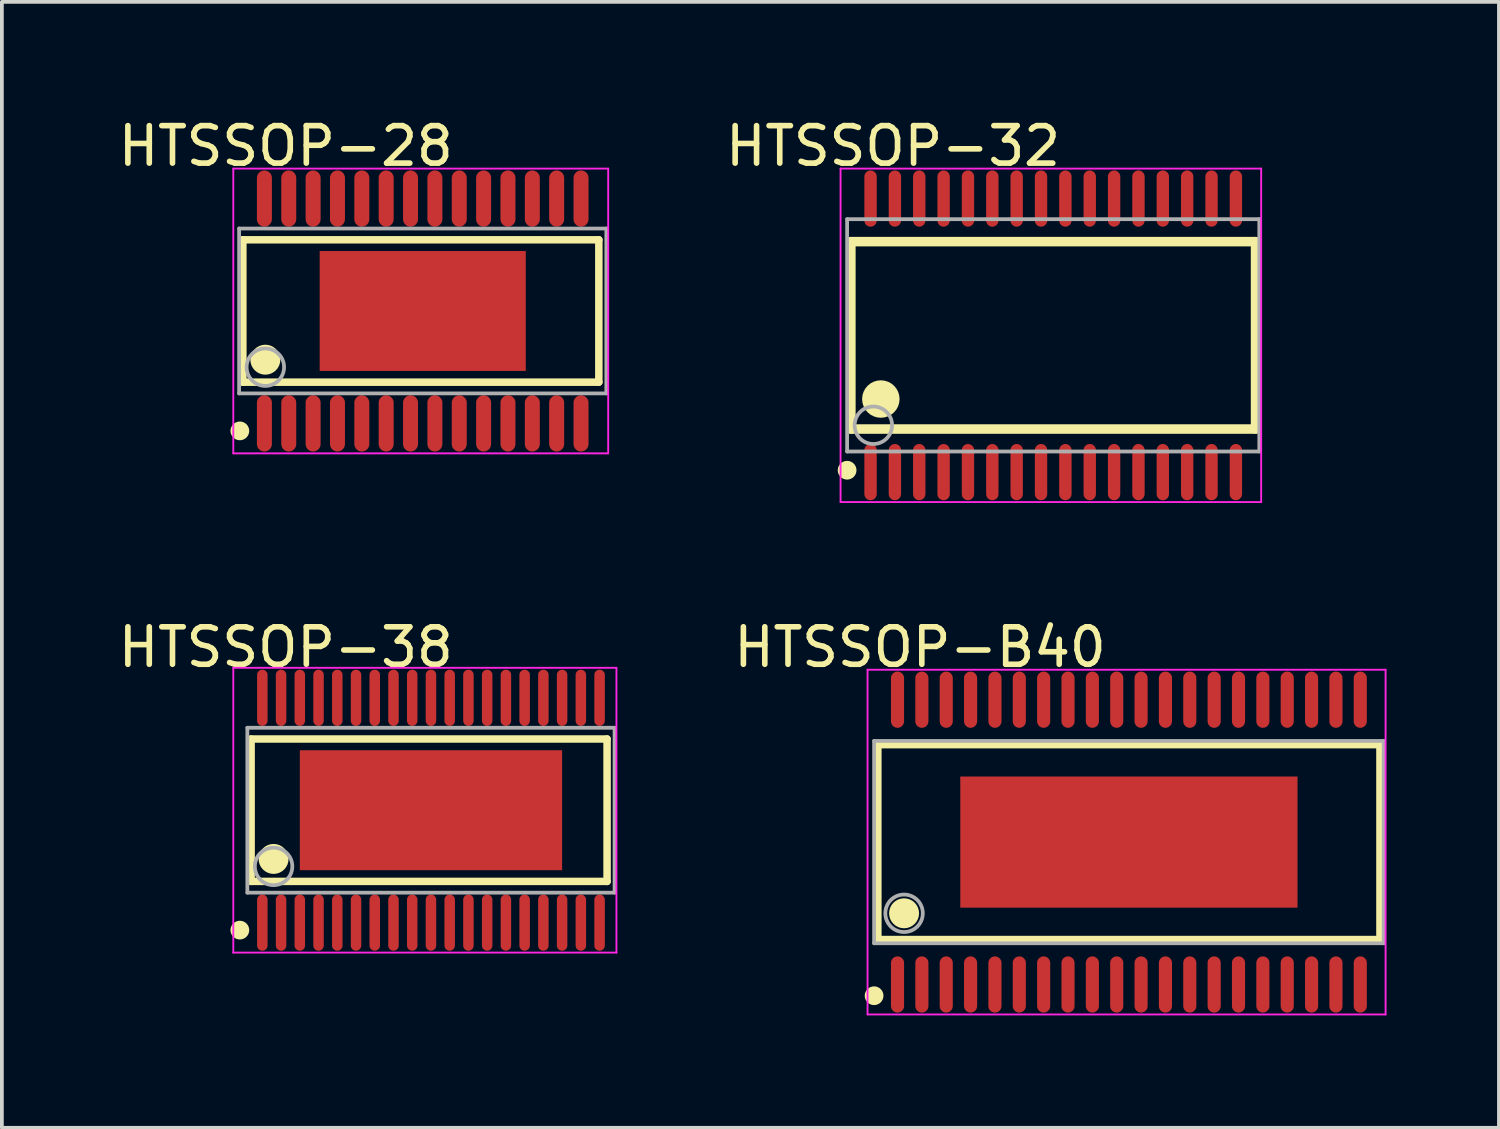
<source format=kicad_pcb>
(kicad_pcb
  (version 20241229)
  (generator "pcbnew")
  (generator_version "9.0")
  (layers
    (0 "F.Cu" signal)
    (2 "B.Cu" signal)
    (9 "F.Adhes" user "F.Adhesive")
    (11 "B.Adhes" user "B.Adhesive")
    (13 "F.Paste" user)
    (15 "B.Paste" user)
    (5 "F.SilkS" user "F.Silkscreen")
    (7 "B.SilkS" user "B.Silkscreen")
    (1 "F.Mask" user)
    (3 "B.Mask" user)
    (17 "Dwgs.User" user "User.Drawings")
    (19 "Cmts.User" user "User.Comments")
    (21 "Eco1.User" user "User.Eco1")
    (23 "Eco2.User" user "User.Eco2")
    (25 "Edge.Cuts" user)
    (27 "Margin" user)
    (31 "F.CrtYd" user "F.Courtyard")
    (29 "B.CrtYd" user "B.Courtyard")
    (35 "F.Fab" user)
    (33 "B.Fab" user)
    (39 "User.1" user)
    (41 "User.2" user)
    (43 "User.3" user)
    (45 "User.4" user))
  (footprint "HTSSOP-32"
    (layer "F.Cu")
    (at 25.057 5.899)
    (property "Reference" "HTSSOP-32" (at -4.274 -5.051 0) (layer "F.SilkS") (effects (font (size 1 1) (thickness 0.15))))
    (attr through_hole)
    (fp_line (start -5.4 -2.5) (end 5.4 -2.5) (stroke (width 0.254) (type solid)) (layer "F.SilkS"))
    (fp_line (start -5.4 2.5) (end -5.4 -2.5) (stroke (width 0.254) (type solid)) (layer "F.SilkS"))
    (fp_line (start -5.4 2.5) (end 5.4 2.5) (stroke (width 0.254) (type solid)) (layer "F.SilkS"))
    (fp_line (start 5.4 2.5) (end 5.4 -2.5) (stroke (width 0.254) (type solid)) (layer "F.SilkS"))
    (fp_circle (center -5.5 3.6) (end -5.375 3.6) (stroke (width 0.25) (type solid)) (fill no) (layer "F.SilkS"))
    (fp_circle (center -4.6 1.7) (end -4.35 1.7) (stroke (width 0.5) (type solid)) (fill no) (layer "F.SilkS"))
    (fp_line (start -5.675 -4.45) (end 5.55 -4.45) (stroke (width 0.05) (type solid)) (layer "F.CrtYd"))
    (fp_line (start -5.675 4.45) (end -5.675 -4.45) (stroke (width 0.05) (type solid)) (layer "F.CrtYd"))
    (fp_line (start 5.55 -4.45) (end 5.55 4.45) (stroke (width 0.05) (type solid)) (layer "F.CrtYd"))
    (fp_line (start 5.55 4.45) (end -5.675 4.45) (stroke (width 0.05) (type solid)) (layer "F.CrtYd"))
    (fp_line (start -5.5 -3.1) (end 5.5 -3.1) (stroke (width 0.1) (type solid)) (layer "F.Fab"))
    (fp_line (start -5.5 3.1) (end -5.5 -3.1) (stroke (width 0.1) (type solid)) (layer "F.Fab"))
    (fp_line (start -5.5 3.1) (end 5.5 3.1) (stroke (width 0.1) (type solid)) (layer "F.Fab"))
    (fp_line (start 5.5 3.1) (end 5.5 -3.1) (stroke (width 0.1) (type solid)) (layer "F.Fab"))
    (fp_circle (center -4.8 2.4) (end -4.3 2.4) (stroke (width 0.1) (type solid)) (fill no) (layer "F.Fab"))
    (pad "1" smd oval (at -4.875 3.65) (size 0.33 1.5) (layers "F.Cu" "F.Mask" "F.Paste"))
    (pad "2" smd oval (at -4.225 3.65) (size 0.33 1.5) (layers "F.Cu" "F.Mask" "F.Paste"))
    (pad "3" smd oval (at -3.575 3.65) (size 0.33 1.5) (layers "F.Cu" "F.Mask" "F.Paste"))
    (pad "4" smd oval (at -2.925 3.65) (size 0.33 1.5) (layers "F.Cu" "F.Mask" "F.Paste"))
    (pad "5" smd oval (at -2.275 3.65) (size 0.33 1.5) (layers "F.Cu" "F.Mask" "F.Paste"))
    (pad "6" smd oval (at -1.625 3.65) (size 0.33 1.5) (layers "F.Cu" "F.Mask" "F.Paste"))
    (pad "7" smd oval (at -0.975 3.65) (size 0.33 1.5) (layers "F.Cu" "F.Mask" "F.Paste"))
    (pad "8" smd oval (at -0.325 3.65) (size 0.33 1.5) (layers "F.Cu" "F.Mask" "F.Paste"))
    (pad "9" smd oval (at 0.325 3.65) (size 0.33 1.5) (layers "F.Cu" "F.Mask" "F.Paste"))
    (pad "10" smd oval (at 0.975 3.65) (size 0.33 1.5) (layers "F.Cu" "F.Mask" "F.Paste"))
    (pad "11" smd oval (at 1.625 3.65) (size 0.33 1.5) (layers "F.Cu" "F.Mask" "F.Paste"))
    (pad "12" smd oval (at 2.275 3.65) (size 0.33 1.5) (layers "F.Cu" "F.Mask" "F.Paste"))
    (pad "13" smd oval (at 2.925 3.65) (size 0.33 1.5) (layers "F.Cu" "F.Mask" "F.Paste"))
    (pad "14" smd oval (at 3.575 3.65) (size 0.33 1.5) (layers "F.Cu" "F.Mask" "F.Paste"))
    (pad "15" smd oval (at 4.225 3.65) (size 0.33 1.5) (layers "F.Cu" "F.Mask" "F.Paste"))
    (pad "16" smd oval (at 4.875 3.65) (size 0.33 1.5) (layers "F.Cu" "F.Mask" "F.Paste"))
    (pad "17" smd oval (at 4.875 -3.65 180) (size 0.33 1.5) (layers "F.Cu" "F.Mask" "F.Paste"))
    (pad "18" smd oval (at 4.225 -3.65 180) (size 0.33 1.5) (layers "F.Cu" "F.Mask" "F.Paste"))
    (pad "19" smd oval (at 3.575 -3.65 180) (size 0.33 1.5) (layers "F.Cu" "F.Mask" "F.Paste"))
    (pad "20" smd oval (at 2.925 -3.65 180) (size 0.33 1.5) (layers "F.Cu" "F.Mask" "F.Paste"))
    (pad "21" smd oval (at 2.275 -3.65 180) (size 0.33 1.5) (layers "F.Cu" "F.Mask" "F.Paste"))
    (pad "22" smd oval (at 1.625 -3.65 180) (size 0.33 1.5) (layers "F.Cu" "F.Mask" "F.Paste"))
    (pad "23" smd oval (at 0.975 -3.65 180) (size 0.33 1.5) (layers "F.Cu" "F.Mask" "F.Paste"))
    (pad "24" smd oval (at 0.325 -3.65 180) (size 0.33 1.5) (layers "F.Cu" "F.Mask" "F.Paste"))
    (pad "25" smd oval (at -0.325 -3.65 180) (size 0.33 1.5) (layers "F.Cu" "F.Mask" "F.Paste"))
    (pad "26" smd oval (at -0.975 -3.65 180) (size 0.33 1.5) (layers "F.Cu" "F.Mask" "F.Paste"))
    (pad "27" smd oval (at -1.625 -3.65 180) (size 0.33 1.5) (layers "F.Cu" "F.Mask" "F.Paste"))
    (pad "28" smd oval (at -2.275 -3.65 180) (size 0.33 1.5) (layers "F.Cu" "F.Mask" "F.Paste"))
    (pad "29" smd oval (at -2.925 -3.65 180) (size 0.33 1.5) (layers "F.Cu" "F.Mask" "F.Paste"))
    (pad "30" smd oval (at -3.575 -3.65 180) (size 0.33 1.5) (layers "F.Cu" "F.Mask" "F.Paste"))
    (pad "31" smd oval (at -4.225 -3.65 180) (size 0.33 1.5) (layers "F.Cu" "F.Mask" "F.Paste"))
    (pad "32" smd oval (at -4.875 -3.65 180) (size 0.33 1.5) (layers "F.Cu" "F.Mask" "F.Paste")))
  (footprint "HTSSOP-B40"
    (layer "F.Cu")
    (at 27.077 19.423)
    (property "Reference" "HTSSOP-B40" (at -5.574 -5.201 0) (layer "F.SilkS") (effects (font (size 1 1) (thickness 0.15))))
    (attr through_hole)
    (fp_line (start -6.7 -2.6) (end 6.7 -2.6) (stroke (width 0.2) (type solid)) (layer "F.SilkS"))
    (fp_line (start -6.7 2.6) (end -6.7 -2.6) (stroke (width 0.2) (type solid)) (layer "F.SilkS"))
    (fp_line (start -6.7 2.6) (end 6.7 2.6) (stroke (width 0.2) (type solid)) (layer "F.SilkS"))
    (fp_line (start 6.7 2.6) (end 6.7 -2.6) (stroke (width 0.2) (type solid)) (layer "F.SilkS"))
    (fp_circle (center -6.8 4.1) (end -6.675 4.1) (stroke (width 0.25) (type solid)) (fill no) (layer "F.SilkS"))
    (fp_circle (center -6 1.9) (end -5.8 1.9) (stroke (width 0.4) (type solid)) (fill no) (layer "F.SilkS"))
    (fp_line (start -6.975 -4.6) (end 6.85 -4.6) (stroke (width 0.05) (type solid)) (layer "F.CrtYd"))
    (fp_line (start -6.975 4.6) (end -6.975 -4.6) (stroke (width 0.05) (type solid)) (layer "F.CrtYd"))
    (fp_line (start 6.85 -4.6) (end 6.85 4.6) (stroke (width 0.05) (type solid)) (layer "F.CrtYd"))
    (fp_line (start 6.85 4.6) (end -6.975 4.6) (stroke (width 0.05) (type solid)) (layer "F.CrtYd"))
    (fp_line (start -6.8 -2.7) (end 6.8 -2.7) (stroke (width 0.1) (type solid)) (layer "F.Fab"))
    (fp_line (start -6.8 2.7) (end -6.8 -2.7) (stroke (width 0.1) (type solid)) (layer "F.Fab"))
    (fp_line (start -6.8 2.7) (end 6.8 2.7) (stroke (width 0.1) (type solid)) (layer "F.Fab"))
    (fp_line (start 6.8 2.7) (end 6.8 -2.7) (stroke (width 0.1) (type solid)) (layer "F.Fab"))
    (fp_circle (center -6 1.9) (end -5.5 1.9) (stroke (width 0.1) (type solid)) (fill no) (layer "F.Fab"))
    (pad "0" smd rect (at 0 0 90) (size 3.5 9) (layers "F.Cu" "F.Mask" "F.Paste"))
    (pad "1" smd oval (at -6.175 3.8) (size 0.35 1.5) (layers "F.Cu" "F.Mask" "F.Paste"))
    (pad "2" smd oval (at -5.525 3.8) (size 0.35 1.5) (layers "F.Cu" "F.Mask" "F.Paste"))
    (pad "3" smd oval (at -4.875 3.8) (size 0.35 1.5) (layers "F.Cu" "F.Mask" "F.Paste"))
    (pad "4" smd oval (at -4.225 3.8) (size 0.35 1.5) (layers "F.Cu" "F.Mask" "F.Paste"))
    (pad "5" smd oval (at -3.575 3.8) (size 0.35 1.5) (layers "F.Cu" "F.Mask" "F.Paste"))
    (pad "6" smd oval (at -2.925 3.8) (size 0.35 1.5) (layers "F.Cu" "F.Mask" "F.Paste"))
    (pad "7" smd oval (at -2.275 3.8) (size 0.35 1.5) (layers "F.Cu" "F.Mask" "F.Paste"))
    (pad "8" smd oval (at -1.625 3.8) (size 0.35 1.5) (layers "F.Cu" "F.Mask" "F.Paste"))
    (pad "9" smd oval (at -0.975 3.8) (size 0.35 1.5) (layers "F.Cu" "F.Mask" "F.Paste"))
    (pad "10" smd oval (at -0.325 3.8) (size 0.35 1.5) (layers "F.Cu" "F.Mask" "F.Paste"))
    (pad "11" smd oval (at 0.325 3.8) (size 0.35 1.5) (layers "F.Cu" "F.Mask" "F.Paste"))
    (pad "12" smd oval (at 0.975 3.8) (size 0.35 1.5) (layers "F.Cu" "F.Mask" "F.Paste"))
    (pad "13" smd oval (at 1.625 3.8) (size 0.35 1.5) (layers "F.Cu" "F.Mask" "F.Paste"))
    (pad "14" smd oval (at 2.275 3.8) (size 0.35 1.5) (layers "F.Cu" "F.Mask" "F.Paste"))
    (pad "15" smd oval (at 2.925 3.8) (size 0.35 1.5) (layers "F.Cu" "F.Mask" "F.Paste"))
    (pad "16" smd oval (at 3.575 3.8) (size 0.35 1.5) (layers "F.Cu" "F.Mask" "F.Paste"))
    (pad "17" smd oval (at 4.225 3.8) (size 0.35 1.5) (layers "F.Cu" "F.Mask" "F.Paste"))
    (pad "18" smd oval (at 4.875 3.8) (size 0.35 1.5) (layers "F.Cu" "F.Mask" "F.Paste"))
    (pad "19" smd oval (at 5.525 3.8) (size 0.35 1.5) (layers "F.Cu" "F.Mask" "F.Paste"))
    (pad "20" smd oval (at 6.175 3.8) (size 0.35 1.5) (layers "F.Cu" "F.Mask" "F.Paste"))
    (pad "21" smd oval (at 6.175 -3.8 180) (size 0.35 1.5) (layers "F.Cu" "F.Mask" "F.Paste"))
    (pad "22" smd oval (at 5.525 -3.8 180) (size 0.35 1.5) (layers "F.Cu" "F.Mask" "F.Paste"))
    (pad "23" smd oval (at 4.875 -3.8 180) (size 0.35 1.5) (layers "F.Cu" "F.Mask" "F.Paste"))
    (pad "24" smd oval (at 4.225 -3.8 180) (size 0.35 1.5) (layers "F.Cu" "F.Mask" "F.Paste"))
    (pad "25" smd oval (at 3.575 -3.8 180) (size 0.35 1.5) (layers "F.Cu" "F.Mask" "F.Paste"))
    (pad "26" smd oval (at 2.925 -3.8 180) (size 0.35 1.5) (layers "F.Cu" "F.Mask" "F.Paste"))
    (pad "27" smd oval (at 2.275 -3.8 180) (size 0.35 1.5) (layers "F.Cu" "F.Mask" "F.Paste"))
    (pad "28" smd oval (at 1.625 -3.8 180) (size 0.35 1.5) (layers "F.Cu" "F.Mask" "F.Paste"))
    (pad "29" smd oval (at 0.975 -3.8 180) (size 0.35 1.5) (layers "F.Cu" "F.Mask" "F.Paste"))
    (pad "30" smd oval (at 0.325 -3.8 180) (size 0.35 1.5) (layers "F.Cu" "F.Mask" "F.Paste"))
    (pad "31" smd oval (at -0.325 -3.8 180) (size 0.35 1.5) (layers "F.Cu" "F.Mask" "F.Paste"))
    (pad "32" smd oval (at -0.975 -3.8 180) (size 0.35 1.5) (layers "F.Cu" "F.Mask" "F.Paste"))
    (pad "33" smd oval (at -1.625 -3.8 180) (size 0.35 1.5) (layers "F.Cu" "F.Mask" "F.Paste"))
    (pad "34" smd oval (at -2.275 -3.8 180) (size 0.35 1.5) (layers "F.Cu" "F.Mask" "F.Paste"))
    (pad "35" smd oval (at -2.925 -3.8 180) (size 0.35 1.5) (layers "F.Cu" "F.Mask" "F.Paste"))
    (pad "36" smd oval (at -3.575 -3.8 180) (size 0.35 1.5) (layers "F.Cu" "F.Mask" "F.Paste"))
    (pad "37" smd oval (at -4.225 -3.8 180) (size 0.35 1.5) (layers "F.Cu" "F.Mask" "F.Paste"))
    (pad "38" smd oval (at -4.875 -3.8 180) (size 0.35 1.5) (layers "F.Cu" "F.Mask" "F.Paste"))
    (pad "39" smd oval (at -5.525 -3.8 180) (size 0.35 1.5) (layers "F.Cu" "F.Mask" "F.Paste"))
    (pad "40" smd oval (at -6.175 -3.8 180) (size 0.35 1.5) (layers "F.Cu" "F.Mask" "F.Paste")))
  (footprint "HTSSOP-38"
    (layer "F.Cu")
    (at 8.451 18.572)
    (property "Reference" "HTSSOP-38" (at -3.874 -4.35 0) (layer "F.SilkS") (effects (font (size 1 1) (thickness 0.15))))
    (attr through_hole)
    (fp_line (start -4.8 -1.9) (end 4.7 -1.9) (stroke (width 0.2) (type solid)) (layer "F.SilkS"))
    (fp_line (start -4.8 1.9) (end -4.8 -1.9) (stroke (width 0.2) (type solid)) (layer "F.SilkS"))
    (fp_line (start -4.8 1.9) (end 4.7 1.9) (stroke (width 0.2) (type solid)) (layer "F.SilkS"))
    (fp_line (start 4.7 1.9) (end 4.7 -1.9) (stroke (width 0.2) (type solid)) (layer "F.SilkS"))
    (fp_circle (center -5.1 3.2) (end -4.975 3.2) (stroke (width 0.25) (type solid)) (fill no) (layer "F.SilkS"))
    (fp_circle (center -4.2 1.3) (end -4 1.3) (stroke (width 0.4) (type solid)) (fill no) (layer "F.SilkS"))
    (fp_line (start -5.275 -3.8) (end 4.95 -3.8) (stroke (width 0.05) (type solid)) (layer "F.CrtYd"))
    (fp_line (start -5.275 3.8) (end -5.275 -3.8) (stroke (width 0.05) (type solid)) (layer "F.CrtYd"))
    (fp_line (start 4.95 -3.8) (end 4.95 3.8) (stroke (width 0.05) (type solid)) (layer "F.CrtYd"))
    (fp_line (start 4.95 3.8) (end -5.275 3.8) (stroke (width 0.05) (type solid)) (layer "F.CrtYd"))
    (fp_line (start -4.9 -2.2) (end 4.9 -2.2) (stroke (width 0.1) (type solid)) (layer "F.Fab"))
    (fp_line (start -4.9 2.2) (end -4.9 -2.2) (stroke (width 0.1) (type solid)) (layer "F.Fab"))
    (fp_line (start -4.9 2.2) (end 4.9 2.2) (stroke (width 0.1) (type solid)) (layer "F.Fab"))
    (fp_line (start 4.9 2.2) (end 4.9 -2.2) (stroke (width 0.1) (type solid)) (layer "F.Fab"))
    (fp_circle (center -4.2 1.5) (end -3.7 1.5) (stroke (width 0.1) (type solid)) (fill no) (layer "F.Fab"))
    (pad "0" smd rect (at 0 0 90) (size 3.2 7) (layers "F.Cu" "F.Mask" "F.Paste"))
    (pad "1" smd oval (at -4.5 3) (size 0.28 1.5) (layers "F.Cu" "F.Mask" "F.Paste"))
    (pad "2" smd oval (at -4 3) (size 0.28 1.5) (layers "F.Cu" "F.Mask" "F.Paste"))
    (pad "3" smd oval (at -3.5 3) (size 0.28 1.5) (layers "F.Cu" "F.Mask" "F.Paste"))
    (pad "4" smd oval (at -3 3) (size 0.28 1.5) (layers "F.Cu" "F.Mask" "F.Paste"))
    (pad "5" smd oval (at -2.5 3) (size 0.28 1.5) (layers "F.Cu" "F.Mask" "F.Paste"))
    (pad "6" smd oval (at -2 3) (size 0.28 1.5) (layers "F.Cu" "F.Mask" "F.Paste"))
    (pad "7" smd oval (at -1.5 3) (size 0.28 1.5) (layers "F.Cu" "F.Mask" "F.Paste"))
    (pad "8" smd oval (at -1 3) (size 0.28 1.5) (layers "F.Cu" "F.Mask" "F.Paste"))
    (pad "9" smd oval (at -0.5 3) (size 0.28 1.5) (layers "F.Cu" "F.Mask" "F.Paste"))
    (pad "10" smd oval (at 0 3) (size 0.28 1.5) (layers "F.Cu" "F.Mask" "F.Paste"))
    (pad "11" smd oval (at 0.5 3) (size 0.28 1.5) (layers "F.Cu" "F.Mask" "F.Paste"))
    (pad "12" smd oval (at 1 3) (size 0.28 1.5) (layers "F.Cu" "F.Mask" "F.Paste"))
    (pad "13" smd oval (at 1.5 3) (size 0.28 1.5) (layers "F.Cu" "F.Mask" "F.Paste"))
    (pad "14" smd oval (at 2 3) (size 0.28 1.5) (layers "F.Cu" "F.Mask" "F.Paste"))
    (pad "15" smd oval (at 2.5 3) (size 0.28 1.5) (layers "F.Cu" "F.Mask" "F.Paste"))
    (pad "16" smd oval (at 3 3) (size 0.28 1.5) (layers "F.Cu" "F.Mask" "F.Paste"))
    (pad "17" smd oval (at 3.5 3) (size 0.28 1.5) (layers "F.Cu" "F.Mask" "F.Paste"))
    (pad "18" smd oval (at 4 3) (size 0.28 1.5) (layers "F.Cu" "F.Mask" "F.Paste"))
    (pad "19" smd oval (at 4.5 3) (size 0.28 1.5) (layers "F.Cu" "F.Mask" "F.Paste"))
    (pad "20" smd oval (at 4.5 -3 180) (size 0.28 1.5) (layers "F.Cu" "F.Mask" "F.Paste"))
    (pad "21" smd oval (at 4 -3 180) (size 0.28 1.5) (layers "F.Cu" "F.Mask" "F.Paste"))
    (pad "22" smd oval (at 3.5 -3 180) (size 0.28 1.5) (layers "F.Cu" "F.Mask" "F.Paste"))
    (pad "23" smd oval (at 3 -3 180) (size 0.28 1.5) (layers "F.Cu" "F.Mask" "F.Paste"))
    (pad "24" smd oval (at 2.5 -3 180) (size 0.28 1.5) (layers "F.Cu" "F.Mask" "F.Paste"))
    (pad "25" smd oval (at 2 -3 180) (size 0.28 1.5) (layers "F.Cu" "F.Mask" "F.Paste"))
    (pad "26" smd oval (at 1.5 -3 180) (size 0.28 1.5) (layers "F.Cu" "F.Mask" "F.Paste"))
    (pad "27" smd oval (at 1 -3 180) (size 0.28 1.5) (layers "F.Cu" "F.Mask" "F.Paste"))
    (pad "28" smd oval (at 0.5 -3 180) (size 0.28 1.5) (layers "F.Cu" "F.Mask" "F.Paste"))
    (pad "29" smd oval (at 0 -3 180) (size 0.28 1.5) (layers "F.Cu" "F.Mask" "F.Paste"))
    (pad "30" smd oval (at -0.5 -3 180) (size 0.28 1.5) (layers "F.Cu" "F.Mask" "F.Paste"))
    (pad "31" smd oval (at -1 -3 180) (size 0.28 1.5) (layers "F.Cu" "F.Mask" "F.Paste"))
    (pad "32" smd oval (at -1.5 -3 180) (size 0.28 1.5) (layers "F.Cu" "F.Mask" "F.Paste"))
    (pad "33" smd oval (at -2 -3 180) (size 0.28 1.5) (layers "F.Cu" "F.Mask" "F.Paste"))
    (pad "34" smd oval (at -2.5 -3 180) (size 0.28 1.5) (layers "F.Cu" "F.Mask" "F.Paste"))
    (pad "35" smd oval (at -3 -3 180) (size 0.28 1.5) (layers "F.Cu" "F.Mask" "F.Paste"))
    (pad "36" smd oval (at -3.5 -3 180) (size 0.28 1.5) (layers "F.Cu" "F.Mask" "F.Paste"))
    (pad "37" smd oval (at -4 -3 180) (size 0.28 1.5) (layers "F.Cu" "F.Mask" "F.Paste"))
    (pad "38" smd oval (at -4.5 -3 180) (size 0.28 1.5) (layers "F.Cu" "F.Mask" "F.Paste")))
  (footprint "HTSSOP-28"
    (layer "F.Cu")
    (at 8.231 5.249)
    (property "Reference" "HTSSOP-28" (at -3.654 -4.401 0) (layer "F.SilkS") (effects (font (size 1 1) (thickness 0.15))))
    (attr through_hole)
    (fp_line (start -4.8 -1.9) (end 4.7 -1.9) (stroke (width 0.2) (type solid)) (layer "F.SilkS"))
    (fp_line (start -4.8 1.9) (end -4.8 -1.9) (stroke (width 0.2) (type solid)) (layer "F.SilkS"))
    (fp_line (start -4.8 1.9) (end 4.7 1.9) (stroke (width 0.2) (type solid)) (layer "F.SilkS"))
    (fp_line (start 4.7 1.9) (end 4.7 -1.9) (stroke (width 0.2) (type solid)) (layer "F.SilkS"))
    (fp_circle (center -4.88 3.2) (end -4.755 3.2) (stroke (width 0.25) (type solid)) (fill no) (layer "F.SilkS"))
    (fp_circle (center -4.2 1.3) (end -4 1.3) (stroke (width 0.4) (type solid)) (fill no) (layer "F.SilkS"))
    (fp_line (start -5.055 -3.8) (end 4.95 -3.8) (stroke (width 0.05) (type solid)) (layer "F.CrtYd"))
    (fp_line (start -5.055 3.8) (end -5.055 -3.8) (stroke (width 0.05) (type solid)) (layer "F.CrtYd"))
    (fp_line (start 4.95 -3.8) (end 4.95 3.8) (stroke (width 0.05) (type solid)) (layer "F.CrtYd"))
    (fp_line (start 4.95 3.8) (end -5.055 3.8) (stroke (width 0.05) (type solid)) (layer "F.CrtYd"))
    (fp_line (start -4.9 -2.2) (end 4.9 -2.2) (stroke (width 0.1) (type solid)) (layer "F.Fab"))
    (fp_line (start -4.9 2.2) (end -4.9 -2.2) (stroke (width 0.1) (type solid)) (layer "F.Fab"))
    (fp_line (start -4.9 2.2) (end 4.9 2.2) (stroke (width 0.1) (type solid)) (layer "F.Fab"))
    (fp_line (start 4.9 2.2) (end 4.9 -2.2) (stroke (width 0.1) (type solid)) (layer "F.Fab"))
    (fp_circle (center -4.2 1.5) (end -3.7 1.5) (stroke (width 0.1) (type solid)) (fill no) (layer "F.Fab"))
    (pad "0" smd rect (at 0 0 90) (size 3.2 5.5) (layers "F.Cu" "F.Mask" "F.Paste"))
    (pad "1" smd oval (at -4.225 3) (size 0.4 1.5) (layers "F.Cu" "F.Mask" "F.Paste"))
    (pad "2" smd oval (at -3.575 3) (size 0.4 1.5) (layers "F.Cu" "F.Mask" "F.Paste"))
    (pad "3" smd oval (at -2.925 3) (size 0.4 1.5) (layers "F.Cu" "F.Mask" "F.Paste"))
    (pad "4" smd oval (at -2.275 3) (size 0.4 1.5) (layers "F.Cu" "F.Mask" "F.Paste"))
    (pad "5" smd oval (at -1.625 3) (size 0.4 1.5) (layers "F.Cu" "F.Mask" "F.Paste"))
    (pad "6" smd oval (at -0.975 3) (size 0.4 1.5) (layers "F.Cu" "F.Mask" "F.Paste"))
    (pad "7" smd oval (at -0.325 3) (size 0.4 1.5) (layers "F.Cu" "F.Mask" "F.Paste"))
    (pad "8" smd oval (at 0.325 3) (size 0.4 1.5) (layers "F.Cu" "F.Mask" "F.Paste"))
    (pad "9" smd oval (at 0.975 3) (size 0.4 1.5) (layers "F.Cu" "F.Mask" "F.Paste"))
    (pad "10" smd oval (at 1.625 3) (size 0.4 1.5) (layers "F.Cu" "F.Mask" "F.Paste"))
    (pad "11" smd oval (at 2.275 3) (size 0.4 1.5) (layers "F.Cu" "F.Mask" "F.Paste"))
    (pad "12" smd oval (at 2.925 3) (size 0.4 1.5) (layers "F.Cu" "F.Mask" "F.Paste"))
    (pad "13" smd oval (at 3.575 3) (size 0.4 1.5) (layers "F.Cu" "F.Mask" "F.Paste"))
    (pad "14" smd oval (at 4.225 3) (size 0.4 1.5) (layers "F.Cu" "F.Mask" "F.Paste"))
    (pad "15" smd oval (at 4.225 -3 180) (size 0.4 1.5) (layers "F.Cu" "F.Mask" "F.Paste"))
    (pad "16" smd oval (at 3.575 -3 180) (size 0.4 1.5) (layers "F.Cu" "F.Mask" "F.Paste"))
    (pad "17" smd oval (at 2.925 -3 180) (size 0.4 1.5) (layers "F.Cu" "F.Mask" "F.Paste"))
    (pad "18" smd oval (at 2.275 -3 180) (size 0.4 1.5) (layers "F.Cu" "F.Mask" "F.Paste"))
    (pad "19" smd oval (at 1.625 -3 180) (size 0.4 1.5) (layers "F.Cu" "F.Mask" "F.Paste"))
    (pad "20" smd oval (at 0.975 -3 180) (size 0.4 1.5) (layers "F.Cu" "F.Mask" "F.Paste"))
    (pad "21" smd oval (at 0.325 -3 180) (size 0.4 1.5) (layers "F.Cu" "F.Mask" "F.Paste"))
    (pad "22" smd oval (at -0.325 -3 180) (size 0.4 1.5) (layers "F.Cu" "F.Mask" "F.Paste"))
    (pad "23" smd oval (at -0.975 -3 180) (size 0.4 1.5) (layers "F.Cu" "F.Mask" "F.Paste"))
    (pad "24" smd oval (at -1.625 -3 180) (size 0.4 1.5) (layers "F.Cu" "F.Mask" "F.Paste"))
    (pad "25" smd oval (at -2.275 -3 180) (size 0.4 1.5) (layers "F.Cu" "F.Mask" "F.Paste"))
    (pad "26" smd oval (at -2.925 -3 180) (size 0.4 1.5) (layers "F.Cu" "F.Mask" "F.Paste"))
    (pad "27" smd oval (at -3.575 -3 180) (size 0.4 1.5) (layers "F.Cu" "F.Mask" "F.Paste"))
    (pad "28" smd oval (at -4.225 -3 180) (size 0.4 1.5) (layers "F.Cu" "F.Mask" "F.Paste")))
  (gr_rect
    (start -3 -3)
    (end 36.952 27.048)
    (stroke (width 0.1) (type default))
    (fill no)
    (layer "Edge.Cuts")))
</source>
